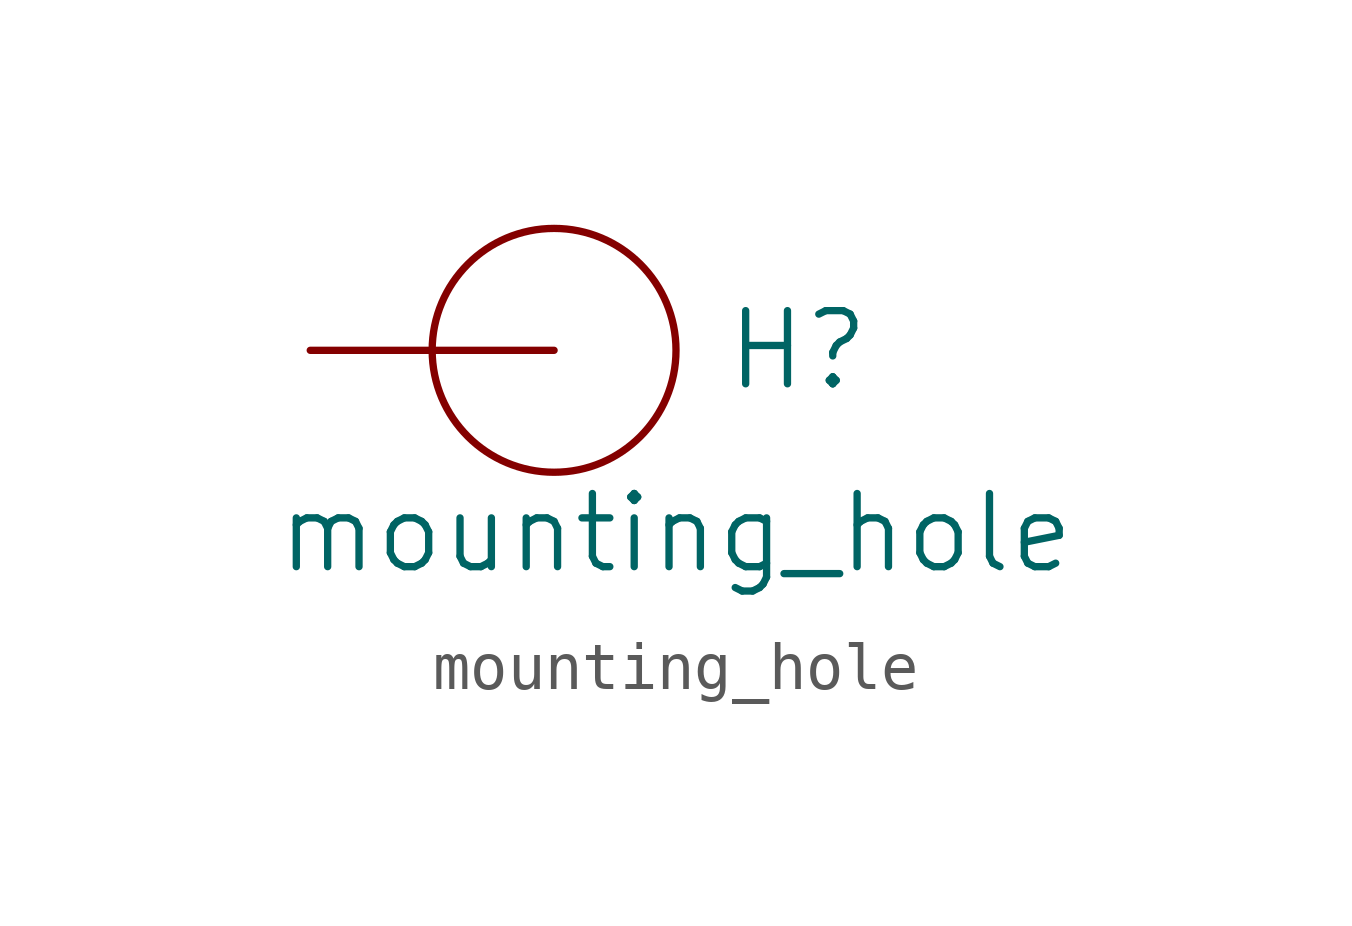
<source format=kicad_sym>
(kicad_symbol_lib
  (version 20220914)
  (generator kicad_symbol_editor)
  (symbol "mounting_hole"
    (pin_numbers hide)
    (pin_names
      (offset 0) hide)
    (property "Reference" "H"
      (at 5.08 -1.27 0)
      (effects (font (size 1.524 1.524))))
    (property "Value" "mounting_hole"
      (at 2.54 -5.08 0)
      (effects (font (size 1.524 1.524))))
    (property "Footprint" ""
      (at 0 0 0)
      (effects (font (size 1.524 1.524))))
    (property "Datasheet" ""
      (at 0 0 0)
      (effects (font (size 1.524 1.524))))
    (symbol "mounting_hole_0_1"
      (circle (center 0 -1.27) (radius 2.54) (stroke (width 0) (type solid)) (fill (type none))))
    (symbol "mounting_hole_1_1"
      (pin passive line (at -5.08 -1.27 0) (length 5.08) (name "hole" (effects (font (size 1.27 1.27)))) (number "1" (effects (font (size 1.27 1.27))))))))
</source>
